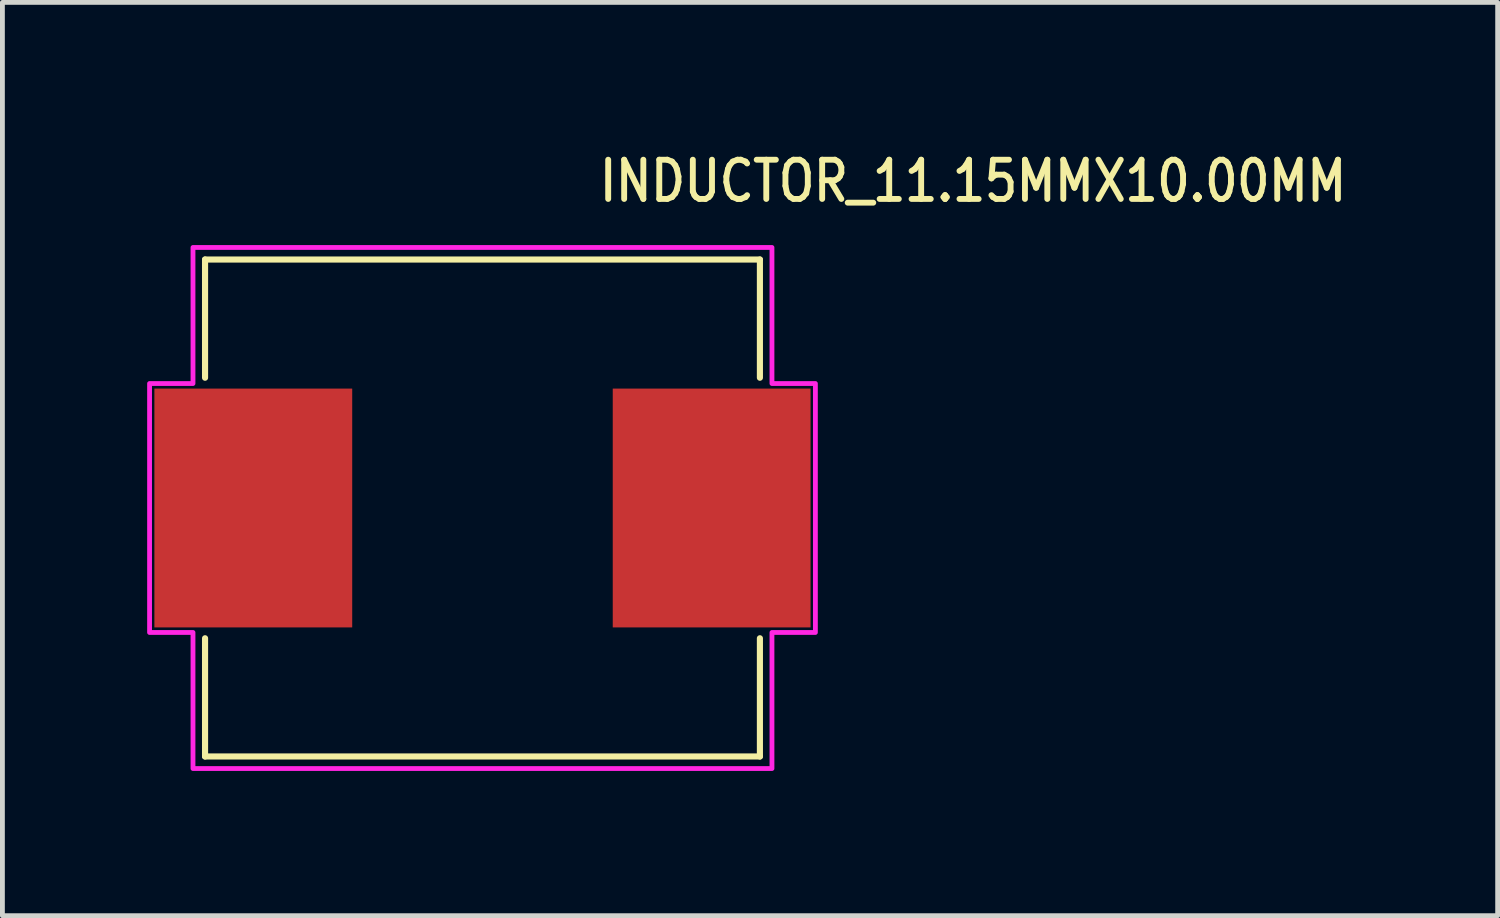
<source format=kicad_pcb>
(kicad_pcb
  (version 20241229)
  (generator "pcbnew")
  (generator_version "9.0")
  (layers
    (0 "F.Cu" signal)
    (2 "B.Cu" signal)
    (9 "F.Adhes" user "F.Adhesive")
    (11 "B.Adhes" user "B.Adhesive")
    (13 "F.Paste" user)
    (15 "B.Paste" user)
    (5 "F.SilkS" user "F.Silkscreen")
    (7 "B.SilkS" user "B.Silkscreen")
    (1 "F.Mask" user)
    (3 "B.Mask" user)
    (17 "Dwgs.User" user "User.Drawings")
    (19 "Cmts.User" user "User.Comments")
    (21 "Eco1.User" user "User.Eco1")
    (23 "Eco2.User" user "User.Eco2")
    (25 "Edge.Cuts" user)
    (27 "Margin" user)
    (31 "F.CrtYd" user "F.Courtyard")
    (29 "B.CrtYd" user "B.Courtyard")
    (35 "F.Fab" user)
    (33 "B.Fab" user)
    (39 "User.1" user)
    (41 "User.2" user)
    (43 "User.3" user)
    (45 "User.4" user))
  (footprint "INDUCTOR_11.15MMX10.00MM"
    (layer "F.Cu")
    (at 6.95 7.479)
    (property "Reference" "INDUCTOR_11.15MMX10.00MM" (at 2.36 -6.3 0) (unlocked yes) (layer "F.SilkS") (effects (font (size 0.813 0.695) (thickness 0.122)) (justify left bottom)))
    (fp_line (start -5.75 -5.15) (end -5.75 -2.7) (stroke (width 0.127) (type solid)) (layer "F.SilkS"))
    (fp_line (start -5.75 -5.15) (end 5.75 -5.15) (stroke (width 0.127) (type solid)) (layer "F.SilkS"))
    (fp_line (start -5.75 2.7) (end -5.75 5.15) (stroke (width 0.127) (type solid)) (layer "F.SilkS"))
    (fp_line (start 5.75 -5.15) (end 5.75 -2.7) (stroke (width 0.127) (type solid)) (layer "F.SilkS"))
    (fp_line (start 5.75 2.7) (end 5.75 5.15) (stroke (width 0.127) (type solid)) (layer "F.SilkS"))
    (fp_line (start 5.75 5.15) (end -5.75 5.15) (stroke (width 0.127) (type solid)) (layer "F.SilkS"))
    (fp_poly (pts (xy -6 -2.58) (xy -6 -5.4) (xy 6 -5.4) (xy 6 -2.58) (xy 6.9 -2.58) (xy 6.9 2.58) (xy 6 2.58) (xy 6 5.4) (xy -6 5.4) (xy -6 2.58) (xy -6.9 2.58) (xy -6.9 -2.58)) (stroke (width 0.1) (type solid)) (fill no) (layer "F.CrtYd"))
    (pad "P$1" smd rect (at -4.75 0) (size 4.1 4.95) (layers "F.Cu" "F.Mask" "F.Paste"))
    (pad "P$2" smd rect (at 4.75 0) (size 4.1 4.95) (layers "F.Cu" "F.Mask" "F.Paste")))
  (gr_rect
    (start -3 -3)
    (end 27.991 15.929)
    (stroke (width 0.1) (type default))
    (fill no)
    (layer "Edge.Cuts")))
</source>
